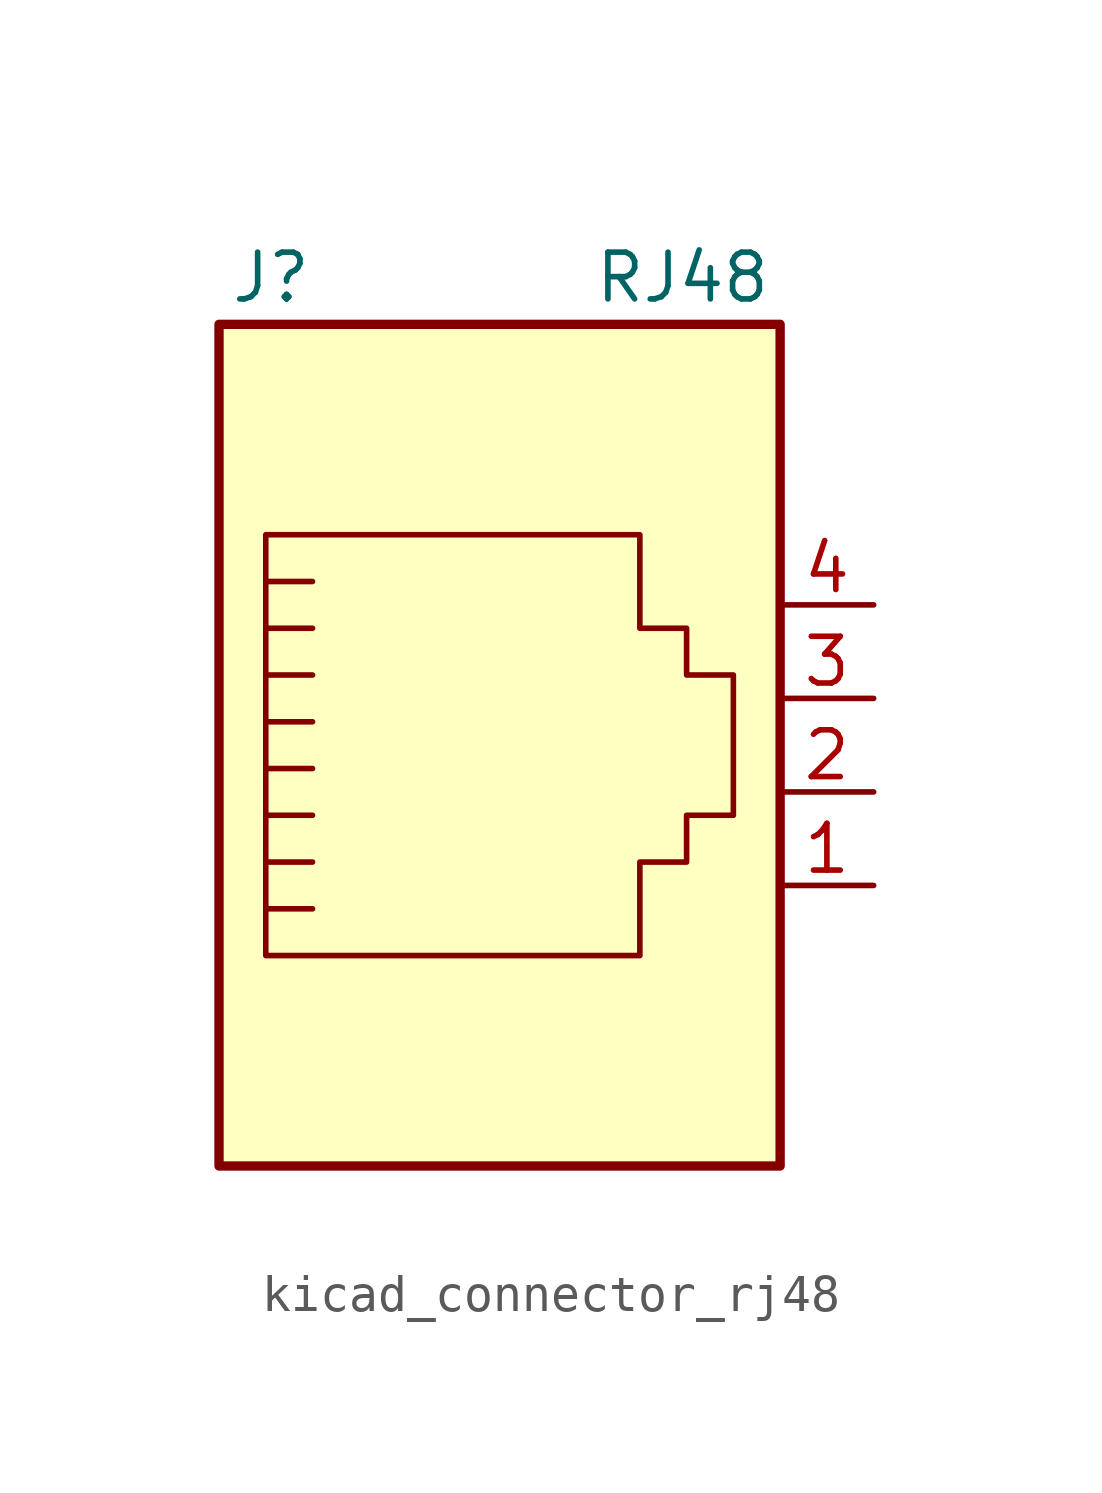
<source format=kicad_sym>
(kicad_symbol_lib
  (version 20220914)
  (generator kicad_symbol_editor)
  (symbol "kicad_connector_rj48"
    (pin_names
      (offset 1.016))
    (property "Reference" "J"
      (at -5.08 13.97 0)
      (effects (font (size 1.27 1.27)) (justify right)))
    (property "Value" "RJ48"
      (at 2.54 13.97 0)
      (effects (font (size 1.27 1.27)) (justify left)))
    (symbol "kicad_connector_rj48_0_1"
      (polyline (pts (xy -5.08 4.445) (xy -6.35 4.445)) (stroke (width 0) (type default)) (fill (type none)))
      (polyline (pts (xy -5.08 5.715) (xy -6.35 5.715)) (stroke (width 0) (type default)) (fill (type none)))
      (polyline (pts (xy -6.35 -3.175) (xy -5.08 -3.175) (xy -5.08 -3.175)) (stroke (width 0) (type default)) (fill (type none)))
      (polyline (pts (xy -6.35 -1.905) (xy -5.08 -1.905) (xy -5.08 -1.905)) (stroke (width 0) (type default)) (fill (type none)))
      (polyline (pts (xy -6.35 -0.635) (xy -5.08 -0.635) (xy -5.08 -0.635)) (stroke (width 0) (type default)) (fill (type none)))
      (polyline (pts (xy -6.35 0.635) (xy -5.08 0.635) (xy -5.08 0.635)) (stroke (width 0) (type default)) (fill (type none)))
      (polyline (pts (xy -6.35 1.905) (xy -5.08 1.905) (xy -5.08 1.905)) (stroke (width 0) (type default)) (fill (type none)))
      (polyline (pts (xy -5.08 3.175) (xy -6.35 3.175) (xy -6.35 3.175)) (stroke (width 0) (type default)) (fill (type none)))
      (polyline (pts (xy -6.35 -4.445) (xy -6.35 6.985) (xy 3.81 6.985) (xy 3.81 4.445) (xy 5.08 4.445) (xy 5.08 3.175) (xy 6.35 3.175) (xy 6.35 -0.635) (xy 5.08 -0.635) (xy 5.08 -1.905) (xy 3.81 -1.905) (xy 3.81 -4.445) (xy -6.35 -4.445) (xy -6.35 -4.445)) (stroke (width 0) (type default)) (fill (type none)))
      (rectangle (start 7.62 12.7) (end -7.62 -10.16) (stroke (width 0.254) (type default)) (fill (type background))))
    (symbol "kicad_connector_rj48_1_1"
      (pin passive line (at 10.16 -2.54 180) (length 2.54) (name "~" (effects (font (size 1.27 1.27)))) (number "1" (effects (font (size 1.27 1.27)))))
      (pin passive line (at 10.16 0 180) (length 2.54) (name "~" (effects (font (size 1.27 1.27)))) (number "2" (effects (font (size 1.27 1.27)))))
      (pin passive line (at 10.16 2.54 180) (length 2.54) (name "~" (effects (font (size 1.27 1.27)))) (number "3" (effects (font (size 1.27 1.27)))))
      (pin passive line (at 10.16 5.08 180) (length 2.54) (name "~" (effects (font (size 1.27 1.27)))) (number "4" (effects (font (size 1.27 1.27))))))))
</source>
